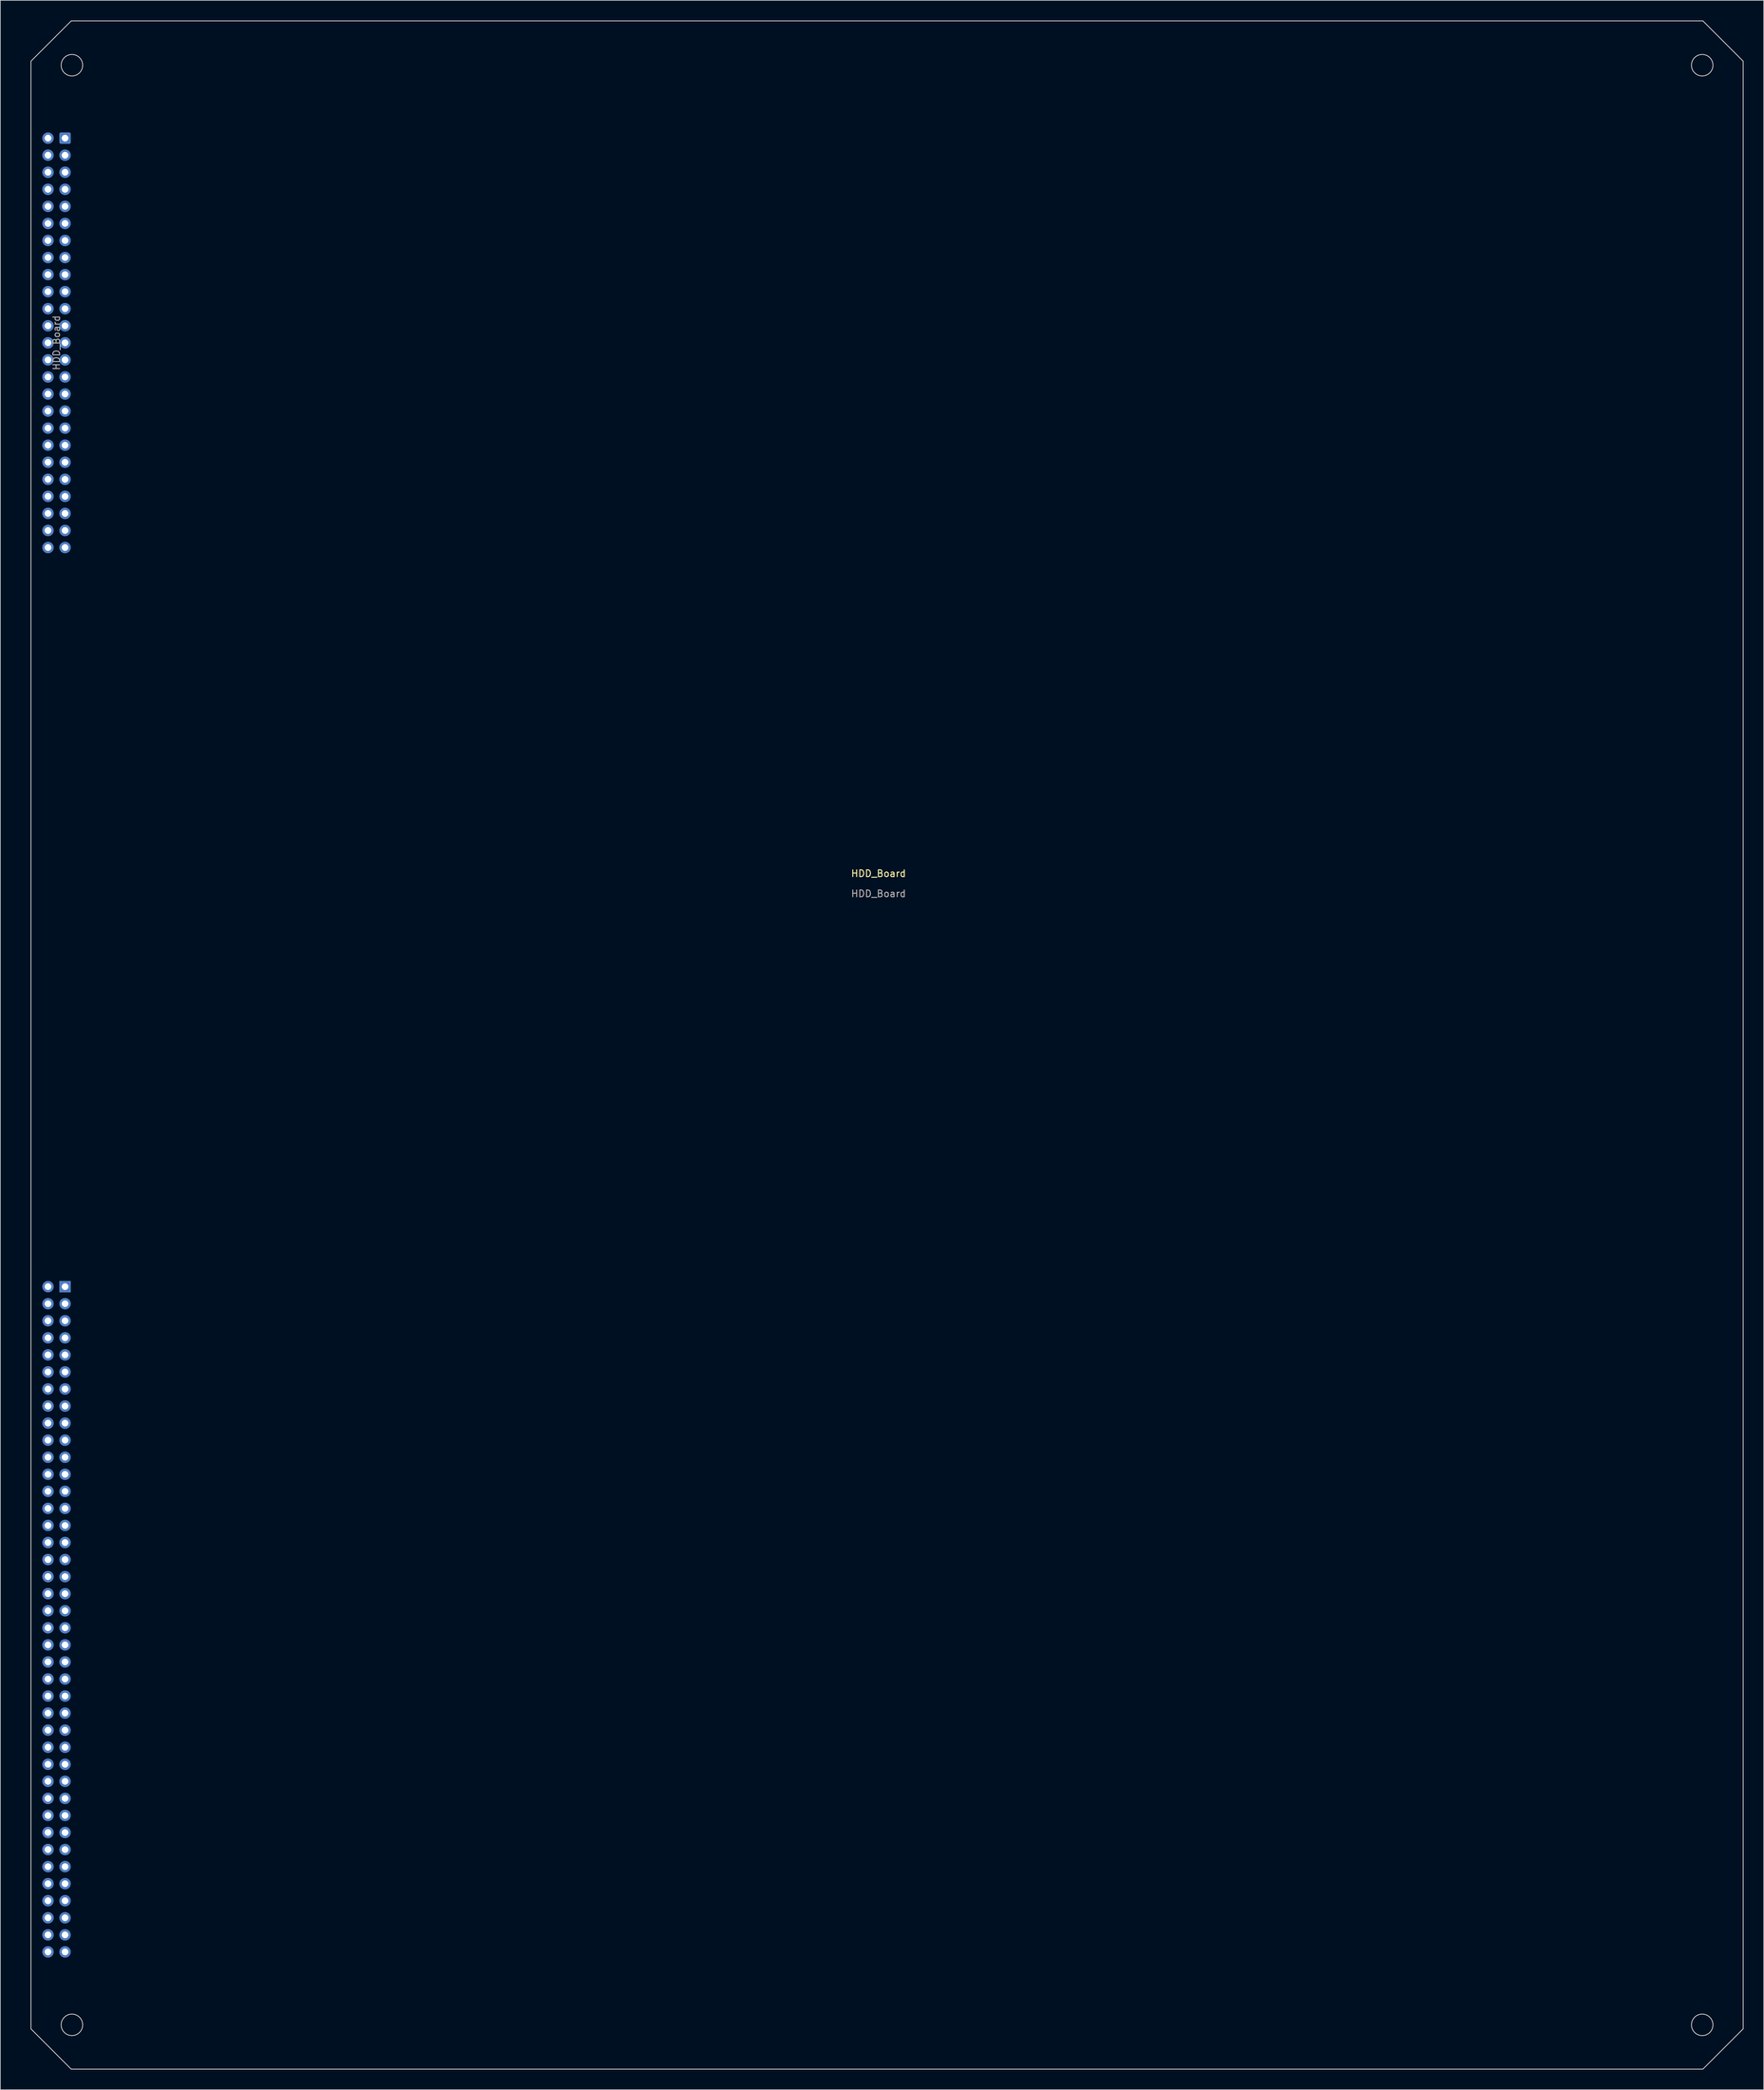
<source format=kicad_pcb>
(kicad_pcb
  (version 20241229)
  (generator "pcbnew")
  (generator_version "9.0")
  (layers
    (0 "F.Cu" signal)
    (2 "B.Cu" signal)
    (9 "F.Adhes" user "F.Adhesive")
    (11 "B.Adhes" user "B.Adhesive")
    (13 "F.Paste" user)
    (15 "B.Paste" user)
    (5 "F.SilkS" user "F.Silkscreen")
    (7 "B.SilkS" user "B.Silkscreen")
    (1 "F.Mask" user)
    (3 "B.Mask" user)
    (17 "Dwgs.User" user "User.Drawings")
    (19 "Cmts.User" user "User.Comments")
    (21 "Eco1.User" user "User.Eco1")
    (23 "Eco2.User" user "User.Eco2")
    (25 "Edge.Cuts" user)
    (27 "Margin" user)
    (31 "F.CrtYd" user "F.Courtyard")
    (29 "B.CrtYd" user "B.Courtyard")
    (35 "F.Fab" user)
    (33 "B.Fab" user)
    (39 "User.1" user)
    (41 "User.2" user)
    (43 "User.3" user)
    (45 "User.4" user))
  (footprint "HDD_Board"
    (layer "F.Cu")
    (at 127.79 127.52)
    (property "Reference" "HDD_Board" (at 0 -0.5 0) (unlocked yes) (layer "F.SilkS") (effects (font (size 1 1) (thickness 0.15))))
    (attr through_hole)
    (fp_line (start -126.23 -121.46) (end -126.23 171.54) (stroke (width 0.12) (type default)) (layer "Edge.Cuts"))
    (fp_line (start -126.23 171.54) (end -120.23 177.54) (stroke (width 0.12) (type default)) (layer "Edge.Cuts"))
    (fp_line (start -120.23 -127.46) (end -126.23 -121.46) (stroke (width 0.12) (type default)) (layer "Edge.Cuts"))
    (fp_line (start -120.23 177.54) (end 122.77 177.54) (stroke (width 0.12) (type default)) (layer "Edge.Cuts"))
    (fp_line (start 122.77 -127.46) (end -120.23 -127.46) (stroke (width 0.12) (type default)) (layer "Edge.Cuts"))
    (fp_line (start 122.77 177.54) (end 128.77 171.54) (stroke (width 0.12) (type default)) (layer "Edge.Cuts"))
    (fp_line (start 128.77 -121.46) (end 122.77 -127.46) (stroke (width 0.12) (type default)) (layer "Edge.Cuts"))
    (fp_line (start 128.77 -121.46) (end 128.77 171.54) (stroke (width 0.12) (type default)) (layer "Edge.Cuts"))
    (fp_circle (center -120.13 -120.86) (end -118.53 -120.86) (stroke (width 0.12) (type solid)) (fill no) (layer "Edge.Cuts"))
    (fp_circle (center -120.13 170.94) (end -118.53 170.94) (stroke (width 0.12) (type solid)) (fill no) (layer "Edge.Cuts"))
    (fp_circle (center 122.67 -120.86) (end 124.27 -120.86) (stroke (width 0.12) (type solid)) (fill no) (layer "Edge.Cuts"))
    (fp_circle (center 122.67 170.94) (end 124.27 170.94) (stroke (width 0.12) (type solid)) (fill no) (layer "Edge.Cuts"))
    (fp_line (start -127.73 -111.21) (end -125.73 -111.21) (stroke (width 0.12) (type default)) (layer "Margin"))
    (fp_line (start -127.73 -47.964) (end -127.73 -111.21) (stroke (width 0.12) (type default)) (layer "Margin"))
    (fp_line (start -127.73 -47.964) (end -125.73 -47.964) (stroke (width 0.12) (type default)) (layer "Margin"))
    (fp_line (start -127.73 59.69) (end -125.73 59.69) (stroke (width 0.12) (type default)) (layer "Margin"))
    (fp_line (start -127.73 161.29) (end -127.73 59.69) (stroke (width 0.12) (type default)) (layer "Margin"))
    (fp_line (start -127.73 161.29) (end -125.73 161.29) (stroke (width 0.12) (type default)) (layer "Margin"))
    (fp_line (start -124.01 60.7) (end -124.01 61.34) (stroke (width 0.1) (type solid)) (layer "F.Fab"))
    (fp_line (start -124.01 63.24) (end -124.01 63.88) (stroke (width 0.1) (type solid)) (layer "F.Fab"))
    (fp_line (start -124.01 65.78) (end -124.01 66.42) (stroke (width 0.1) (type solid)) (layer "F.Fab"))
    (fp_line (start -124.01 68.32) (end -124.01 68.96) (stroke (width 0.1) (type solid)) (layer "F.Fab"))
    (fp_line (start -124.01 70.86) (end -124.01 71.5) (stroke (width 0.1) (type solid)) (layer "F.Fab"))
    (fp_line (start -124.01 73.4) (end -124.01 74.04) (stroke (width 0.1) (type solid)) (layer "F.Fab"))
    (fp_line (start -124.01 75.94) (end -124.01 76.58) (stroke (width 0.1) (type solid)) (layer "F.Fab"))
    (fp_line (start -124.01 81.02) (end -124.01 81.66) (stroke (width 0.1) (type solid)) (layer "F.Fab"))
    (fp_line (start -124.01 83.56) (end -124.01 84.2) (stroke (width 0.1) (type solid)) (layer "F.Fab"))
    (fp_line (start -124.01 86.1) (end -124.01 86.74) (stroke (width 0.1) (type solid)) (layer "F.Fab"))
    (fp_line (start -124.01 88.64) (end -124.01 89.28) (stroke (width 0.1) (type solid)) (layer "F.Fab"))
    (fp_line (start -124.01 91.18) (end -124.01 91.82) (stroke (width 0.1) (type solid)) (layer "F.Fab"))
    (fp_line (start -124.01 93.72) (end -124.01 94.36) (stroke (width 0.1) (type solid)) (layer "F.Fab"))
    (fp_line (start -124.01 96.26) (end -124.01 96.9) (stroke (width 0.1) (type solid)) (layer "F.Fab"))
    (fp_line (start -124.01 98.8) (end -124.01 99.44) (stroke (width 0.1) (type solid)) (layer "F.Fab"))
    (fp_line (start -124.01 101.34) (end -124.01 101.98) (stroke (width 0.1) (type solid)) (layer "F.Fab"))
    (fp_line (start -124.01 103.88) (end -124.01 104.52) (stroke (width 0.1) (type solid)) (layer "F.Fab"))
    (fp_line (start -124.01 106.42) (end -124.01 107.06) (stroke (width 0.1) (type solid)) (layer "F.Fab"))
    (fp_line (start -124.01 108.96) (end -124.01 109.6) (stroke (width 0.1) (type solid)) (layer "F.Fab"))
    (fp_line (start -124.01 111.5) (end -124.01 112.14) (stroke (width 0.1) (type solid)) (layer "F.Fab"))
    (fp_line (start -124.01 114.04) (end -124.01 114.68) (stroke (width 0.1) (type solid)) (layer "F.Fab"))
    (fp_line (start -124.01 116.58) (end -124.01 117.22) (stroke (width 0.1) (type solid)) (layer "F.Fab"))
    (fp_line (start -124.01 119.12) (end -124.01 119.76) (stroke (width 0.1) (type solid)) (layer "F.Fab"))
    (fp_line (start -124.01 121.66) (end -124.01 122.3) (stroke (width 0.1) (type solid)) (layer "F.Fab"))
    (fp_line (start -124.01 124.2) (end -124.01 124.84) (stroke (width 0.1) (type solid)) (layer "F.Fab"))
    (fp_line (start -124.01 126.74) (end -124.01 127.38) (stroke (width 0.1) (type solid)) (layer "F.Fab"))
    (fp_line (start -124.01 129.28) (end -124.01 129.92) (stroke (width 0.1) (type solid)) (layer "F.Fab"))
    (fp_line (start -124.01 131.82) (end -124.01 132.46) (stroke (width 0.1) (type solid)) (layer "F.Fab"))
    (fp_line (start -124.01 134.36) (end -124.01 135) (stroke (width 0.1) (type solid)) (layer "F.Fab"))
    (fp_line (start -124.01 136.9) (end -124.01 137.54) (stroke (width 0.1) (type solid)) (layer "F.Fab"))
    (fp_line (start -124.01 139.44) (end -124.01 140.08) (stroke (width 0.1) (type solid)) (layer "F.Fab"))
    (fp_line (start -124.01 141.98) (end -124.01 142.62) (stroke (width 0.1) (type solid)) (layer "F.Fab"))
    (fp_line (start -124.01 144.52) (end -124.01 145.16) (stroke (width 0.1) (type solid)) (layer "F.Fab"))
    (fp_line (start -124.01 147.06) (end -124.01 147.7) (stroke (width 0.1) (type solid)) (layer "F.Fab"))
    (fp_line (start -124.01 149.6) (end -124.01 150.24) (stroke (width 0.1) (type solid)) (layer "F.Fab"))
    (fp_line (start -124.01 152.14) (end -124.01 152.78) (stroke (width 0.1) (type solid)) (layer "F.Fab"))
    (fp_line (start -124.01 154.68) (end -124.01 155.32) (stroke (width 0.1) (type solid)) (layer "F.Fab"))
    (fp_line (start -124.01 157.22) (end -124.01 157.86) (stroke (width 0.1) (type solid)) (layer "F.Fab"))
    (fp_line (start -124.01 159.76) (end -124.01 160.4) (stroke (width 0.1) (type solid)) (layer "F.Fab"))
    (fp_line (start -120.83 79.12) (end -120.83 78.48) (stroke (width 0.1) (type solid)) (layer "F.Fab"))
    (fp_text user "${REFERENCE}" (at -122.42 -79.52 90) (layer "F.Fab") (effects (font (size 1 1) (thickness 0.15))))
    (fp_text user "${REFERENCE}" (at 0 2.5 0) (unlocked yes) (layer "F.Fab") (effects (font (size 1 1) (thickness 0.15))))
    (pad "1" thru_hole roundrect (at -121.15 -110 180) (size 1.7 1.7) (drill 1) (layers "*.Cu" "*.Mask") (roundrect_rratio 0.147))
    (pad "1" thru_hole rect (at -121.15 61.02 180) (size 1.7 1.7) (drill 1) (layers "*.Cu" "*.Mask"))
    (pad "2" thru_hole circle (at -123.69 -110 180) (size 1.7 1.7) (drill 1) (layers "*.Cu" "*.Mask"))
    (pad "2" thru_hole circle (at -123.69 61.02 180) (size 1.7 1.7) (drill 1) (layers "*.Cu" "*.Mask"))
    (pad "3" thru_hole circle (at -121.15 -107.46 180) (size 1.7 1.7) (drill 1) (layers "*.Cu" "*.Mask"))
    (pad "3" thru_hole circle (at -121.15 63.56 180) (size 1.7 1.7) (drill 1) (layers "*.Cu" "*.Mask"))
    (pad "4" thru_hole circle (at -123.69 -107.46 180) (size 1.7 1.7) (drill 1) (layers "*.Cu" "*.Mask"))
    (pad "4" thru_hole circle (at -123.69 63.56 180) (size 1.7 1.7) (drill 1) (layers "*.Cu" "*.Mask"))
    (pad "5" thru_hole circle (at -121.15 -104.92 180) (size 1.7 1.7) (drill 1) (layers "*.Cu" "*.Mask"))
    (pad "5" thru_hole circle (at -121.15 66.1 180) (size 1.7 1.7) (drill 1) (layers "*.Cu" "*.Mask"))
    (pad "6" thru_hole circle (at -123.69 -104.92 180) (size 1.7 1.7) (drill 1) (layers "*.Cu" "*.Mask"))
    (pad "6" thru_hole circle (at -123.69 66.1 180) (size 1.7 1.7) (drill 1) (layers "*.Cu" "*.Mask"))
    (pad "7" thru_hole circle (at -121.15 -102.38 180) (size 1.7 1.7) (drill 1) (layers "*.Cu" "*.Mask"))
    (pad "7" thru_hole circle (at -121.15 68.64 180) (size 1.7 1.7) (drill 1) (layers "*.Cu" "*.Mask"))
    (pad "8" thru_hole circle (at -123.69 -102.38 180) (size 1.7 1.7) (drill 1) (layers "*.Cu" "*.Mask"))
    (pad "8" thru_hole circle (at -123.69 68.64 180) (size 1.7 1.7) (drill 1) (layers "*.Cu" "*.Mask"))
    (pad "9" thru_hole circle (at -121.15 -99.84 180) (size 1.7 1.7) (drill 1) (layers "*.Cu" "*.Mask"))
    (pad "9" thru_hole circle (at -121.15 71.18 180) (size 1.7 1.7) (drill 1) (layers "*.Cu" "*.Mask"))
    (pad "10" thru_hole circle (at -123.69 -99.84 180) (size 1.7 1.7) (drill 1) (layers "*.Cu" "*.Mask"))
    (pad "10" thru_hole circle (at -123.69 71.18 180) (size 1.7 1.7) (drill 1) (layers "*.Cu" "*.Mask"))
    (pad "11" thru_hole circle (at -121.15 -97.3 180) (size 1.7 1.7) (drill 1) (layers "*.Cu" "*.Mask"))
    (pad "11" thru_hole circle (at -121.15 73.72 180) (size 1.7 1.7) (drill 1) (layers "*.Cu" "*.Mask"))
    (pad "12" thru_hole circle (at -123.69 -97.3 180) (size 1.7 1.7) (drill 1) (layers "*.Cu" "*.Mask"))
    (pad "12" thru_hole circle (at -123.69 73.72 180) (size 1.7 1.7) (drill 1) (layers "*.Cu" "*.Mask"))
    (pad "13" thru_hole circle (at -121.15 -94.76 180) (size 1.7 1.7) (drill 1) (layers "*.Cu" "*.Mask"))
    (pad "13" thru_hole circle (at -121.15 76.26 180) (size 1.7 1.7) (drill 1) (layers "*.Cu" "*.Mask"))
    (pad "14" thru_hole circle (at -123.69 -94.76 180) (size 1.7 1.7) (drill 1) (layers "*.Cu" "*.Mask"))
    (pad "14" thru_hole circle (at -123.69 76.26 180) (size 1.7 1.7) (drill 1) (layers "*.Cu" "*.Mask"))
    (pad "15" thru_hole circle (at -121.15 -92.22 180) (size 1.7 1.7) (drill 1) (layers "*.Cu" "*.Mask"))
    (pad "15" thru_hole circle (at -121.15 78.8 180) (size 1.7 1.7) (drill 1) (layers "*.Cu" "*.Mask"))
    (pad "16" thru_hole circle (at -123.69 -92.22 180) (size 1.7 1.7) (drill 1) (layers "*.Cu" "*.Mask"))
    (pad "16" thru_hole circle (at -123.69 78.8 180) (size 1.7 1.7) (drill 1) (layers "*.Cu" "*.Mask"))
    (pad "17" thru_hole circle (at -121.15 -89.68 180) (size 1.7 1.7) (drill 1) (layers "*.Cu" "*.Mask"))
    (pad "17" thru_hole circle (at -121.15 81.34 180) (size 1.7 1.7) (drill 1) (layers "*.Cu" "*.Mask"))
    (pad "18" thru_hole circle (at -123.69 -89.68 180) (size 1.7 1.7) (drill 1) (layers "*.Cu" "*.Mask"))
    (pad "18" thru_hole circle (at -123.69 81.34 180) (size 1.7 1.7) (drill 1) (layers "*.Cu" "*.Mask"))
    (pad "19" thru_hole circle (at -121.15 -87.14 180) (size 1.7 1.7) (drill 1) (layers "*.Cu" "*.Mask"))
    (pad "19" thru_hole circle (at -121.15 83.88 180) (size 1.7 1.7) (drill 1) (layers "*.Cu" "*.Mask"))
    (pad "20" thru_hole circle (at -123.69 -87.14 180) (size 1.7 1.7) (drill 1) (layers "*.Cu" "*.Mask"))
    (pad "20" thru_hole circle (at -123.69 83.88 180) (size 1.7 1.7) (drill 1) (layers "*.Cu" "*.Mask"))
    (pad "21" thru_hole circle (at -121.15 -84.6 180) (size 1.7 1.7) (drill 1) (layers "*.Cu" "*.Mask"))
    (pad "21" thru_hole circle (at -121.15 86.42 180) (size 1.7 1.7) (drill 1) (layers "*.Cu" "*.Mask"))
    (pad "22" thru_hole circle (at -123.69 -84.6 180) (size 1.7 1.7) (drill 1) (layers "*.Cu" "*.Mask"))
    (pad "22" thru_hole circle (at -123.69 86.42 180) (size 1.7 1.7) (drill 1) (layers "*.Cu" "*.Mask"))
    (pad "23" thru_hole circle (at -121.15 -82.06 180) (size 1.7 1.7) (drill 1) (layers "*.Cu" "*.Mask"))
    (pad "23" thru_hole circle (at -121.15 88.96 180) (size 1.7 1.7) (drill 1) (layers "*.Cu" "*.Mask"))
    (pad "24" thru_hole circle (at -123.69 -82.06 180) (size 1.7 1.7) (drill 1) (layers "*.Cu" "*.Mask"))
    (pad "24" thru_hole circle (at -123.69 88.96 180) (size 1.7 1.7) (drill 1) (layers "*.Cu" "*.Mask"))
    (pad "25" thru_hole circle (at -121.15 -79.52 180) (size 1.7 1.7) (drill 1) (layers "*.Cu" "*.Mask"))
    (pad "25" thru_hole circle (at -121.15 91.5 180) (size 1.7 1.7) (drill 1) (layers "*.Cu" "*.Mask"))
    (pad "26" thru_hole circle (at -123.69 -79.52 180) (size 1.7 1.7) (drill 1) (layers "*.Cu" "*.Mask"))
    (pad "26" thru_hole circle (at -123.69 91.5 180) (size 1.7 1.7) (drill 1) (layers "*.Cu" "*.Mask"))
    (pad "27" thru_hole circle (at -121.15 -76.98 180) (size 1.7 1.7) (drill 1) (layers "*.Cu" "*.Mask"))
    (pad "27" thru_hole circle (at -121.15 94.04 180) (size 1.7 1.7) (drill 1) (layers "*.Cu" "*.Mask"))
    (pad "28" thru_hole circle (at -123.69 -76.98 180) (size 1.7 1.7) (drill 1) (layers "*.Cu" "*.Mask"))
    (pad "28" thru_hole circle (at -123.69 94.04 180) (size 1.7 1.7) (drill 1) (layers "*.Cu" "*.Mask"))
    (pad "29" thru_hole circle (at -121.15 -74.44 180) (size 1.7 1.7) (drill 1) (layers "*.Cu" "*.Mask"))
    (pad "29" thru_hole circle (at -121.15 96.58 180) (size 1.7 1.7) (drill 1) (layers "*.Cu" "*.Mask"))
    (pad "30" thru_hole circle (at -123.69 -74.44 180) (size 1.7 1.7) (drill 1) (layers "*.Cu" "*.Mask"))
    (pad "30" thru_hole circle (at -123.69 96.58 180) (size 1.7 1.7) (drill 1) (layers "*.Cu" "*.Mask"))
    (pad "31" thru_hole circle (at -121.15 -71.9 180) (size 1.7 1.7) (drill 1) (layers "*.Cu" "*.Mask"))
    (pad "31" thru_hole circle (at -121.15 99.12 180) (size 1.7 1.7) (drill 1) (layers "*.Cu" "*.Mask"))
    (pad "32" thru_hole circle (at -123.69 -71.9 180) (size 1.7 1.7) (drill 1) (layers "*.Cu" "*.Mask"))
    (pad "32" thru_hole circle (at -123.69 99.12 180) (size 1.7 1.7) (drill 1) (layers "*.Cu" "*.Mask"))
    (pad "33" thru_hole circle (at -121.15 -69.36 180) (size 1.7 1.7) (drill 1) (layers "*.Cu" "*.Mask"))
    (pad "33" thru_hole circle (at -121.15 101.66 180) (size 1.7 1.7) (drill 1) (layers "*.Cu" "*.Mask"))
    (pad "34" thru_hole circle (at -123.69 -69.36 180) (size 1.7 1.7) (drill 1) (layers "*.Cu" "*.Mask"))
    (pad "34" thru_hole circle (at -123.69 101.66 180) (size 1.7 1.7) (drill 1) (layers "*.Cu" "*.Mask"))
    (pad "35" thru_hole circle (at -121.15 -66.82 180) (size 1.7 1.7) (drill 1) (layers "*.Cu" "*.Mask"))
    (pad "35" thru_hole circle (at -121.15 104.2 180) (size 1.7 1.7) (drill 1) (layers "*.Cu" "*.Mask"))
    (pad "36" thru_hole circle (at -123.69 -66.82 180) (size 1.7 1.7) (drill 1) (layers "*.Cu" "*.Mask"))
    (pad "36" thru_hole circle (at -123.69 104.2 180) (size 1.7 1.7) (drill 1) (layers "*.Cu" "*.Mask"))
    (pad "37" thru_hole circle (at -121.15 -64.28 180) (size 1.7 1.7) (drill 1) (layers "*.Cu" "*.Mask"))
    (pad "37" thru_hole circle (at -121.15 106.74 180) (size 1.7 1.7) (drill 1) (layers "*.Cu" "*.Mask"))
    (pad "38" thru_hole circle (at -123.69 -64.28 180) (size 1.7 1.7) (drill 1) (layers "*.Cu" "*.Mask"))
    (pad "38" thru_hole circle (at -123.69 106.74 180) (size 1.7 1.7) (drill 1) (layers "*.Cu" "*.Mask"))
    (pad "39" thru_hole circle (at -121.15 -61.74 180) (size 1.7 1.7) (drill 1) (layers "*.Cu" "*.Mask"))
    (pad "39" thru_hole circle (at -121.15 109.28 180) (size 1.7 1.7) (drill 1) (layers "*.Cu" "*.Mask"))
    (pad "40" thru_hole circle (at -123.69 -61.74 180) (size 1.7 1.7) (drill 1) (layers "*.Cu" "*.Mask"))
    (pad "40" thru_hole circle (at -123.69 109.28 180) (size 1.7 1.7) (drill 1) (layers "*.Cu" "*.Mask"))
    (pad "41" thru_hole circle (at -121.15 -59.2 180) (size 1.7 1.7) (drill 1) (layers "*.Cu" "*.Mask"))
    (pad "41" thru_hole circle (at -121.15 111.82 180) (size 1.7 1.7) (drill 1) (layers "*.Cu" "*.Mask"))
    (pad "42" thru_hole circle (at -123.69 -59.2 180) (size 1.7 1.7) (drill 1) (layers "*.Cu" "*.Mask"))
    (pad "42" thru_hole circle (at -123.69 111.82 180) (size 1.7 1.7) (drill 1) (layers "*.Cu" "*.Mask"))
    (pad "43" thru_hole circle (at -121.15 -56.66 180) (size 1.7 1.7) (drill 1) (layers "*.Cu" "*.Mask"))
    (pad "43" thru_hole circle (at -121.15 114.36 180) (size 1.7 1.7) (drill 1) (layers "*.Cu" "*.Mask"))
    (pad "44" thru_hole circle (at -123.69 -56.66 180) (size 1.7 1.7) (drill 1) (layers "*.Cu" "*.Mask"))
    (pad "44" thru_hole circle (at -123.69 114.36 180) (size 1.7 1.7) (drill 1) (layers "*.Cu" "*.Mask"))
    (pad "45" thru_hole circle (at -121.15 -54.12 180) (size 1.7 1.7) (drill 1) (layers "*.Cu" "*.Mask"))
    (pad "45" thru_hole circle (at -121.15 116.9 180) (size 1.7 1.7) (drill 1) (layers "*.Cu" "*.Mask"))
    (pad "46" thru_hole circle (at -123.69 -54.12 180) (size 1.7 1.7) (drill 1) (layers "*.Cu" "*.Mask"))
    (pad "46" thru_hole circle (at -123.69 116.9 180) (size 1.7 1.7) (drill 1) (layers "*.Cu" "*.Mask"))
    (pad "47" thru_hole circle (at -121.15 -51.58 180) (size 1.7 1.7) (drill 1) (layers "*.Cu" "*.Mask"))
    (pad "47" thru_hole circle (at -121.15 119.44 180) (size 1.7 1.7) (drill 1) (layers "*.Cu" "*.Mask"))
    (pad "48" thru_hole circle (at -123.69 -51.58 180) (size 1.7 1.7) (drill 1) (layers "*.Cu" "*.Mask"))
    (pad "48" thru_hole circle (at -123.69 119.44 180) (size 1.7 1.7) (drill 1) (layers "*.Cu" "*.Mask"))
    (pad "49" thru_hole circle (at -121.15 -49.04 180) (size 1.7 1.7) (drill 1) (layers "*.Cu" "*.Mask"))
    (pad "49" thru_hole circle (at -121.15 121.98 180) (size 1.7 1.7) (drill 1) (layers "*.Cu" "*.Mask"))
    (pad "50" thru_hole circle (at -123.69 -49.04 180) (size 1.7 1.7) (drill 1) (layers "*.Cu" "*.Mask"))
    (pad "50" thru_hole circle (at -123.69 121.98 180) (size 1.7 1.7) (drill 1) (layers "*.Cu" "*.Mask"))
    (pad "51" thru_hole circle (at -121.15 124.52 180) (size 1.7 1.7) (drill 1) (layers "*.Cu" "*.Mask"))
    (pad "52" thru_hole circle (at -123.69 124.52 180) (size 1.7 1.7) (drill 1) (layers "*.Cu" "*.Mask"))
    (pad "53" thru_hole circle (at -121.15 127.06 180) (size 1.7 1.7) (drill 1) (layers "*.Cu" "*.Mask"))
    (pad "54" thru_hole circle (at -123.69 127.06 180) (size 1.7 1.7) (drill 1) (layers "*.Cu" "*.Mask"))
    (pad "55" thru_hole circle (at -121.15 129.6 180) (size 1.7 1.7) (drill 1) (layers "*.Cu" "*.Mask"))
    (pad "56" thru_hole circle (at -123.69 129.6 180) (size 1.7 1.7) (drill 1) (layers "*.Cu" "*.Mask"))
    (pad "57" thru_hole circle (at -121.15 132.14 180) (size 1.7 1.7) (drill 1) (layers "*.Cu" "*.Mask"))
    (pad "58" thru_hole circle (at -123.69 132.14 180) (size 1.7 1.7) (drill 1) (layers "*.Cu" "*.Mask"))
    (pad "59" thru_hole circle (at -121.15 134.68 180) (size 1.7 1.7) (drill 1) (layers "*.Cu" "*.Mask"))
    (pad "60" thru_hole circle (at -123.69 134.68 180) (size 1.7 1.7) (drill 1) (layers "*.Cu" "*.Mask"))
    (pad "61" thru_hole circle (at -121.15 137.22 180) (size 1.7 1.7) (drill 1) (layers "*.Cu" "*.Mask"))
    (pad "62" thru_hole circle (at -123.69 137.22 180) (size 1.7 1.7) (drill 1) (layers "*.Cu" "*.Mask"))
    (pad "63" thru_hole circle (at -121.15 139.76 180) (size 1.7 1.7) (drill 1) (layers "*.Cu" "*.Mask"))
    (pad "64" thru_hole circle (at -123.69 139.76 180) (size 1.7 1.7) (drill 1) (layers "*.Cu" "*.Mask"))
    (pad "65" thru_hole circle (at -121.15 142.3 180) (size 1.7 1.7) (drill 1) (layers "*.Cu" "*.Mask"))
    (pad "66" thru_hole circle (at -123.69 142.3 180) (size 1.7 1.7) (drill 1) (layers "*.Cu" "*.Mask"))
    (pad "67" thru_hole circle (at -121.15 144.84 180) (size 1.7 1.7) (drill 1) (layers "*.Cu" "*.Mask"))
    (pad "68" thru_hole circle (at -123.69 144.84 180) (size 1.7 1.7) (drill 1) (layers "*.Cu" "*.Mask"))
    (pad "69" thru_hole circle (at -121.15 147.38 180) (size 1.7 1.7) (drill 1) (layers "*.Cu" "*.Mask"))
    (pad "70" thru_hole circle (at -123.69 147.38 180) (size 1.7 1.7) (drill 1) (layers "*.Cu" "*.Mask"))
    (pad "71" thru_hole circle (at -121.15 149.92 180) (size 1.7 1.7) (drill 1) (layers "*.Cu" "*.Mask"))
    (pad "72" thru_hole circle (at -123.69 149.92 180) (size 1.7 1.7) (drill 1) (layers "*.Cu" "*.Mask"))
    (pad "73" thru_hole circle (at -121.15 152.46 180) (size 1.7 1.7) (drill 1) (layers "*.Cu" "*.Mask"))
    (pad "74" thru_hole circle (at -123.69 152.46 180) (size 1.7 1.7) (drill 1) (layers "*.Cu" "*.Mask"))
    (pad "75" thru_hole circle (at -121.15 155 180) (size 1.7 1.7) (drill 1) (layers "*.Cu" "*.Mask"))
    (pad "76" thru_hole circle (at -123.69 155 180) (size 1.7 1.7) (drill 1) (layers "*.Cu" "*.Mask"))
    (pad "77" thru_hole circle (at -121.15 157.54 180) (size 1.7 1.7) (drill 1) (layers "*.Cu" "*.Mask"))
    (pad "78" thru_hole circle (at -123.69 157.54 180) (size 1.7 1.7) (drill 1) (layers "*.Cu" "*.Mask"))
    (pad "79" thru_hole circle (at -121.15 160.08 180) (size 1.7 1.7) (drill 1) (layers "*.Cu" "*.Mask"))
    (pad "80" thru_hole circle (at -123.69 160.08 180) (size 1.7 1.7) (drill 1) (layers "*.Cu" "*.Mask")))
  (gr_rect
    (start -3 -3)
    (end 259.62 308.12)
    (stroke (width 0.1) (type default))
    (fill no)
    (layer "Edge.Cuts")))
</source>
